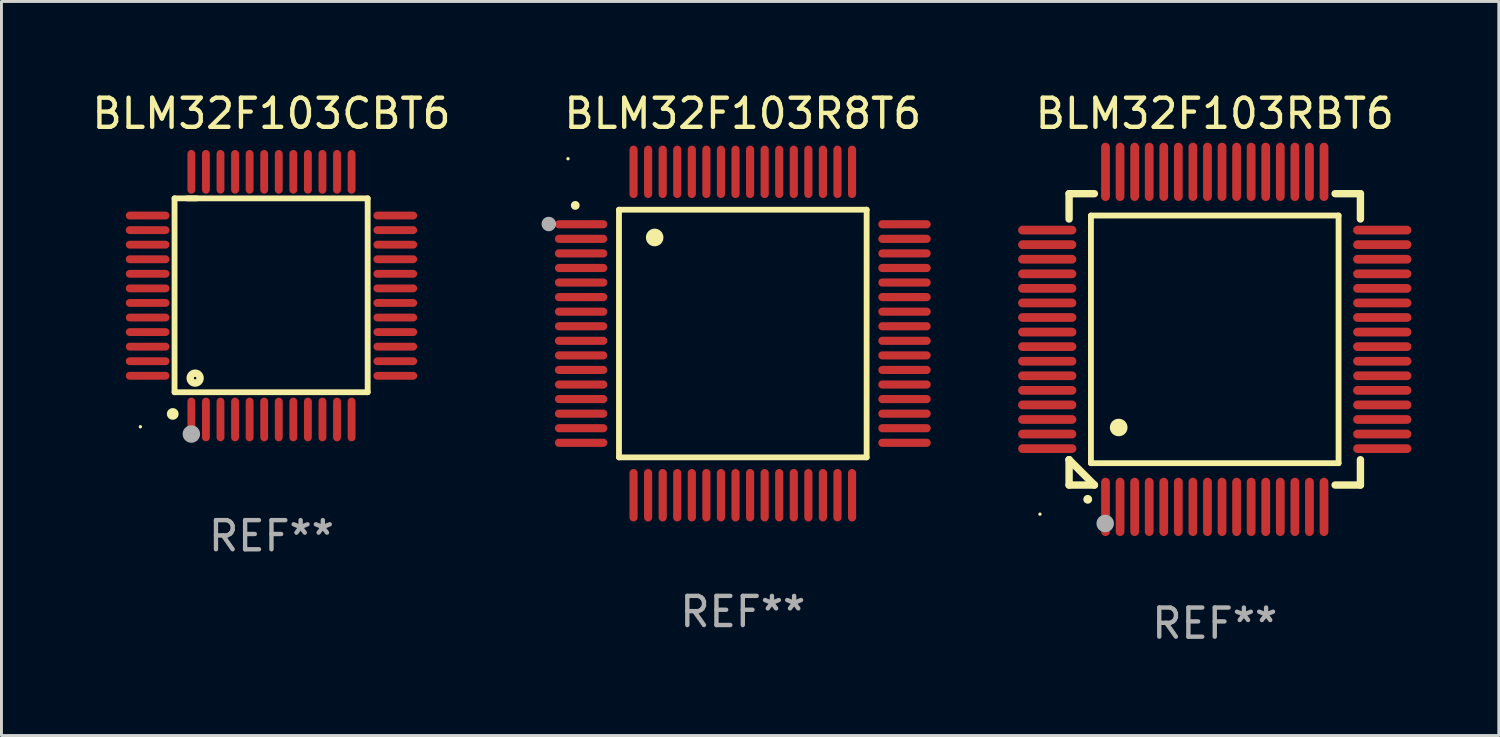
<source format=kicad_pcb>
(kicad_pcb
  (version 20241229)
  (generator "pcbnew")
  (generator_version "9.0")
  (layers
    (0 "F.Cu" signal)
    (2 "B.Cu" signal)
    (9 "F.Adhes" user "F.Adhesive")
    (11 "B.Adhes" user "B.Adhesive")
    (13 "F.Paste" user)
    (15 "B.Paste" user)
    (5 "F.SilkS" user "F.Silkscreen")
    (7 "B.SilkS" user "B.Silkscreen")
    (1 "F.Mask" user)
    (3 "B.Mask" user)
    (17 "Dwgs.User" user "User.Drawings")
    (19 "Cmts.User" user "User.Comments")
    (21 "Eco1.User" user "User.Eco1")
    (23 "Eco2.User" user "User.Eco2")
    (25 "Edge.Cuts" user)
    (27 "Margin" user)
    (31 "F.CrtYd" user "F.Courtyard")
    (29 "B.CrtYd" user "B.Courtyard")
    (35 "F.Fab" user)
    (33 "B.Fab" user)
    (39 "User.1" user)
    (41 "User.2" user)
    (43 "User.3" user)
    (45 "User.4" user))
  (footprint "BLM32F103R8T6"
    (layer "F.Cu")
    (at 22.446 8.398)
    (property "Reference" "BLM32F103R8T6" (at 0 -7.55 0) (layer "F.SilkS") (effects (font (size 1 1) (thickness 0.15))))
    (attr through_hole)
    (fp_line (start -4.25 -4.25) (end -4.25 4.25) (stroke (width 0.2) (type solid)) (layer "F.SilkS"))
    (fp_line (start -4.25 4.25) (end 4.25 4.25) (stroke (width 0.2) (type solid)) (layer "F.SilkS"))
    (fp_line (start 4.25 -4.25) (end -4.25 -4.25) (stroke (width 0.2) (type solid)) (layer "F.SilkS"))
    (fp_line (start 4.25 4.25) (end 4.25 -4.25) (stroke (width 0.2) (type solid)) (layer "F.SilkS"))
    (fp_arc (start -5.750572 -4.396749) (mid -5.750577 -4.398019) (end -5.750572 -4.399289) (stroke (width 0.3) (type solid)) (layer "F.SilkS"))
    (fp_arc (start -3.025146 -3.294387) (mid -3.025157 -3.296927) (end -3.025146 -3.299467) (stroke (width 0.6) (type solid)) (layer "F.SilkS"))
    (fp_circle (center -6 -6) (end -5.97 -6) (stroke (width 0.06) (type solid)) (fill no) (layer "F.SilkS"))
    (fp_circle (center -6.66 -3.76) (end -6.535 -3.76) (stroke (width 0.25) (type solid)) (fill no) (layer "F.Fab"))
    (fp_text user "REF**" (at 0 9.55 0) (layer "F.Fab") (effects (font (size 1 1) (thickness 0.15))))
    (pad "1" smd oval (at -5.55 -3.75) (size 1.8 0.28) (layers "F.Cu" "F.Mask" "F.Paste"))
    (pad "2" smd oval (at -5.55 -3.25) (size 1.8 0.28) (layers "F.Cu" "F.Mask" "F.Paste"))
    (pad "3" smd oval (at -5.55 -2.75) (size 1.8 0.28) (layers "F.Cu" "F.Mask" "F.Paste"))
    (pad "4" smd oval (at -5.55 -2.25) (size 1.8 0.28) (layers "F.Cu" "F.Mask" "F.Paste"))
    (pad "5" smd oval (at -5.55 -1.75) (size 1.8 0.28) (layers "F.Cu" "F.Mask" "F.Paste"))
    (pad "6" smd oval (at -5.55 -1.25) (size 1.8 0.28) (layers "F.Cu" "F.Mask" "F.Paste"))
    (pad "7" smd oval (at -5.55 -0.75) (size 1.8 0.28) (layers "F.Cu" "F.Mask" "F.Paste"))
    (pad "8" smd oval (at -5.55 -0.25) (size 1.8 0.28) (layers "F.Cu" "F.Mask" "F.Paste"))
    (pad "9" smd oval (at -5.55 0.25) (size 1.8 0.28) (layers "F.Cu" "F.Mask" "F.Paste"))
    (pad "10" smd oval (at -5.55 0.75) (size 1.8 0.28) (layers "F.Cu" "F.Mask" "F.Paste"))
    (pad "11" smd oval (at -5.55 1.25) (size 1.8 0.28) (layers "F.Cu" "F.Mask" "F.Paste"))
    (pad "12" smd oval (at -5.55 1.75) (size 1.8 0.28) (layers "F.Cu" "F.Mask" "F.Paste"))
    (pad "13" smd oval (at -5.55 2.25) (size 1.8 0.28) (layers "F.Cu" "F.Mask" "F.Paste"))
    (pad "14" smd oval (at -5.55 2.75) (size 1.8 0.28) (layers "F.Cu" "F.Mask" "F.Paste"))
    (pad "15" smd oval (at -5.55 3.25) (size 1.8 0.28) (layers "F.Cu" "F.Mask" "F.Paste"))
    (pad "16" smd oval (at -5.55 3.75) (size 1.8 0.28) (layers "F.Cu" "F.Mask" "F.Paste"))
    (pad "17" smd oval (at -3.75 5.55) (size 0.28 1.8) (layers "F.Cu" "F.Mask" "F.Paste"))
    (pad "18" smd oval (at -3.25 5.55) (size 0.28 1.8) (layers "F.Cu" "F.Mask" "F.Paste"))
    (pad "19" smd oval (at -2.75 5.55) (size 0.28 1.8) (layers "F.Cu" "F.Mask" "F.Paste"))
    (pad "20" smd oval (at -2.25 5.55) (size 0.28 1.8) (layers "F.Cu" "F.Mask" "F.Paste"))
    (pad "21" smd oval (at -1.75 5.55) (size 0.28 1.8) (layers "F.Cu" "F.Mask" "F.Paste"))
    (pad "22" smd oval (at -1.25 5.55) (size 0.28 1.8) (layers "F.Cu" "F.Mask" "F.Paste"))
    (pad "23" smd oval (at -0.75 5.55) (size 0.28 1.8) (layers "F.Cu" "F.Mask" "F.Paste"))
    (pad "24" smd oval (at -0.25 5.55) (size 0.28 1.8) (layers "F.Cu" "F.Mask" "F.Paste"))
    (pad "25" smd oval (at 0.25 5.55) (size 0.28 1.8) (layers "F.Cu" "F.Mask" "F.Paste"))
    (pad "26" smd oval (at 0.75 5.55) (size 0.28 1.8) (layers "F.Cu" "F.Mask" "F.Paste"))
    (pad "27" smd oval (at 1.25 5.55) (size 0.28 1.8) (layers "F.Cu" "F.Mask" "F.Paste"))
    (pad "28" smd oval (at 1.75 5.55) (size 0.28 1.8) (layers "F.Cu" "F.Mask" "F.Paste"))
    (pad "29" smd oval (at 2.25 5.55) (size 0.28 1.8) (layers "F.Cu" "F.Mask" "F.Paste"))
    (pad "30" smd oval (at 2.75 5.55) (size 0.28 1.8) (layers "F.Cu" "F.Mask" "F.Paste"))
    (pad "31" smd oval (at 3.25 5.55) (size 0.28 1.8) (layers "F.Cu" "F.Mask" "F.Paste"))
    (pad "32" smd oval (at 3.75 5.55) (size 0.28 1.8) (layers "F.Cu" "F.Mask" "F.Paste"))
    (pad "33" smd oval (at 5.55 3.75) (size 1.8 0.28) (layers "F.Cu" "F.Mask" "F.Paste"))
    (pad "34" smd oval (at 5.55 3.25) (size 1.8 0.28) (layers "F.Cu" "F.Mask" "F.Paste"))
    (pad "35" smd oval (at 5.55 2.75) (size 1.8 0.28) (layers "F.Cu" "F.Mask" "F.Paste"))
    (pad "36" smd oval (at 5.55 2.25) (size 1.8 0.28) (layers "F.Cu" "F.Mask" "F.Paste"))
    (pad "37" smd oval (at 5.55 1.75) (size 1.8 0.28) (layers "F.Cu" "F.Mask" "F.Paste"))
    (pad "38" smd oval (at 5.55 1.25) (size 1.8 0.28) (layers "F.Cu" "F.Mask" "F.Paste"))
    (pad "39" smd oval (at 5.55 0.75) (size 1.8 0.28) (layers "F.Cu" "F.Mask" "F.Paste"))
    (pad "40" smd oval (at 5.55 0.25) (size 1.8 0.28) (layers "F.Cu" "F.Mask" "F.Paste"))
    (pad "41" smd oval (at 5.55 -0.25) (size 1.8 0.28) (layers "F.Cu" "F.Mask" "F.Paste"))
    (pad "42" smd oval (at 5.55 -0.75) (size 1.8 0.28) (layers "F.Cu" "F.Mask" "F.Paste"))
    (pad "43" smd oval (at 5.55 -1.25) (size 1.8 0.28) (layers "F.Cu" "F.Mask" "F.Paste"))
    (pad "44" smd oval (at 5.55 -1.75) (size 1.8 0.28) (layers "F.Cu" "F.Mask" "F.Paste"))
    (pad "45" smd oval (at 5.55 -2.25) (size 1.8 0.28) (layers "F.Cu" "F.Mask" "F.Paste"))
    (pad "46" smd oval (at 5.55 -2.75) (size 1.8 0.28) (layers "F.Cu" "F.Mask" "F.Paste"))
    (pad "47" smd oval (at 5.55 -3.25) (size 1.8 0.28) (layers "F.Cu" "F.Mask" "F.Paste"))
    (pad "48" smd oval (at 5.55 -3.75) (size 1.8 0.28) (layers "F.Cu" "F.Mask" "F.Paste"))
    (pad "49" smd oval (at 3.75 -5.55) (size 0.28 1.8) (layers "F.Cu" "F.Mask" "F.Paste"))
    (pad "50" smd oval (at 3.25 -5.55) (size 0.28 1.8) (layers "F.Cu" "F.Mask" "F.Paste"))
    (pad "51" smd oval (at 2.75 -5.55) (size 0.28 1.8) (layers "F.Cu" "F.Mask" "F.Paste"))
    (pad "52" smd oval (at 2.25 -5.55) (size 0.28 1.8) (layers "F.Cu" "F.Mask" "F.Paste"))
    (pad "53" smd oval (at 1.75 -5.55) (size 0.28 1.8) (layers "F.Cu" "F.Mask" "F.Paste"))
    (pad "54" smd oval (at 1.25 -5.55) (size 0.28 1.8) (layers "F.Cu" "F.Mask" "F.Paste"))
    (pad "55" smd oval (at 0.75 -5.55) (size 0.28 1.8) (layers "F.Cu" "F.Mask" "F.Paste"))
    (pad "56" smd oval (at 0.25 -5.55) (size 0.28 1.8) (layers "F.Cu" "F.Mask" "F.Paste"))
    (pad "57" smd oval (at -0.25 -5.55) (size 0.28 1.8) (layers "F.Cu" "F.Mask" "F.Paste"))
    (pad "58" smd oval (at -0.75 -5.55) (size 0.28 1.8) (layers "F.Cu" "F.Mask" "F.Paste"))
    (pad "59" smd oval (at -1.25 -5.55) (size 0.28 1.8) (layers "F.Cu" "F.Mask" "F.Paste"))
    (pad "60" smd oval (at -1.75 -5.55) (size 0.28 1.8) (layers "F.Cu" "F.Mask" "F.Paste"))
    (pad "61" smd oval (at -2.25 -5.55) (size 0.28 1.8) (layers "F.Cu" "F.Mask" "F.Paste"))
    (pad "62" smd oval (at -2.75 -5.55) (size 0.28 1.8) (layers "F.Cu" "F.Mask" "F.Paste"))
    (pad "63" smd oval (at -3.25 -5.55) (size 0.28 1.8) (layers "F.Cu" "F.Mask" "F.Paste"))
    (pad "64" smd oval (at -3.75 -5.55) (size 0.28 1.8) (layers "F.Cu" "F.Mask" "F.Paste")))
  (footprint "BLM32F103RBT6"
    (layer "F.Cu")
    (at 38.645 8.598)
    (property "Reference" "BLM32F103RBT6" (at 0 -7.75 0) (layer "F.SilkS") (effects (font (size 1 1) (thickness 0.15))))
    (attr through_hole)
    (fp_line (start -5 -5) (end -4.131 -5) (stroke (width 0.254) (type solid)) (layer "F.SilkS"))
    (fp_line (start -5 -4.131) (end -5 -5) (stroke (width 0.254) (type solid)) (layer "F.SilkS"))
    (fp_line (start -5 4.131) (end -5 4.131) (stroke (width 0.254) (type solid)) (layer "F.SilkS"))
    (fp_line (start -5 5) (end -5 4.131) (stroke (width 0.254) (type solid)) (layer "F.SilkS"))
    (fp_line (start -5 4.131) (end -4.131 5) (stroke (width 0.254) (type solid)) (layer "F.SilkS"))
    (fp_line (start -4.25 -4.25) (end -4.25 4.25) (stroke (width 0.2) (type solid)) (layer "F.SilkS"))
    (fp_line (start -4.25 4.25) (end 4.25 4.25) (stroke (width 0.2) (type solid)) (layer "F.SilkS"))
    (fp_line (start -4.131 5) (end -5 5) (stroke (width 0.254) (type solid)) (layer "F.SilkS"))
    (fp_line (start 4.25 -4.25) (end -4.25 -4.25) (stroke (width 0.2) (type solid)) (layer "F.SilkS"))
    (fp_line (start 4.25 4.25) (end 4.25 -4.25) (stroke (width 0.2) (type solid)) (layer "F.SilkS"))
    (fp_line (start 5 -5) (end 4.131 -5) (stroke (width 0.254) (type solid)) (layer "F.SilkS"))
    (fp_line (start 5 -5) (end 5 -4.131) (stroke (width 0.254) (type solid)) (layer "F.SilkS"))
    (fp_line (start 5 4.131) (end 5 5) (stroke (width 0.254) (type solid)) (layer "F.SilkS"))
    (fp_line (start 5 5) (end 4.131 5) (stroke (width 0.254) (type solid)) (layer "F.SilkS"))
    (fp_arc (start -4.361265 5.489992) (mid -4.359995 5.489987) (end -4.358725 5.489992) (stroke (width 0.3) (type solid)) (layer "F.SilkS"))
    (fp_arc (start -3.299467 3.025146) (mid -3.296927 3.025135) (end -3.294387 3.025146) (stroke (width 0.6) (type solid)) (layer "F.SilkS"))
    (fp_circle (center -6 6) (end -5.97 6) (stroke (width 0.06) (type solid)) (fill no) (layer "F.SilkS"))
    (fp_circle (center -3.76 6.32) (end -3.61 6.32) (stroke (width 0.3) (type solid)) (fill no) (layer "F.Fab"))
    (fp_text user "REF**" (at 0 9.75 0) (layer "F.Fab") (effects (font (size 1 1) (thickness 0.15))))
    (pad "1" smd oval (at -3.75 5.75) (size 0.3 2) (layers "F.Cu" "F.Mask" "F.Paste"))
    (pad "2" smd oval (at -3.25 5.75) (size 0.3 2) (layers "F.Cu" "F.Mask" "F.Paste"))
    (pad "3" smd oval (at -2.75 5.75) (size 0.3 2) (layers "F.Cu" "F.Mask" "F.Paste"))
    (pad "4" smd oval (at -2.25 5.75) (size 0.3 2) (layers "F.Cu" "F.Mask" "F.Paste"))
    (pad "5" smd oval (at -1.75 5.75) (size 0.3 2) (layers "F.Cu" "F.Mask" "F.Paste"))
    (pad "6" smd oval (at -1.25 5.75) (size 0.3 2) (layers "F.Cu" "F.Mask" "F.Paste"))
    (pad "7" smd oval (at -0.75 5.75) (size 0.3 2) (layers "F.Cu" "F.Mask" "F.Paste"))
    (pad "8" smd oval (at -0.25 5.75) (size 0.3 2) (layers "F.Cu" "F.Mask" "F.Paste"))
    (pad "9" smd oval (at 0.25 5.75) (size 0.3 2) (layers "F.Cu" "F.Mask" "F.Paste"))
    (pad "10" smd oval (at 0.75 5.75) (size 0.3 2) (layers "F.Cu" "F.Mask" "F.Paste"))
    (pad "11" smd oval (at 1.25 5.75) (size 0.3 2) (layers "F.Cu" "F.Mask" "F.Paste"))
    (pad "12" smd oval (at 1.75 5.75) (size 0.3 2) (layers "F.Cu" "F.Mask" "F.Paste"))
    (pad "13" smd oval (at 2.25 5.75) (size 0.3 2) (layers "F.Cu" "F.Mask" "F.Paste"))
    (pad "14" smd oval (at 2.75 5.75) (size 0.3 2) (layers "F.Cu" "F.Mask" "F.Paste"))
    (pad "15" smd oval (at 3.25 5.75) (size 0.3 2) (layers "F.Cu" "F.Mask" "F.Paste"))
    (pad "16" smd oval (at 3.75 5.75) (size 0.3 2) (layers "F.Cu" "F.Mask" "F.Paste"))
    (pad "17" smd oval (at 5.75 3.75) (size 2 0.3) (layers "F.Cu" "F.Mask" "F.Paste"))
    (pad "18" smd oval (at 5.75 3.25) (size 2 0.3) (layers "F.Cu" "F.Mask" "F.Paste"))
    (pad "19" smd oval (at 5.75 2.75) (size 2 0.3) (layers "F.Cu" "F.Mask" "F.Paste"))
    (pad "20" smd oval (at 5.75 2.25) (size 2 0.3) (layers "F.Cu" "F.Mask" "F.Paste"))
    (pad "21" smd oval (at 5.75 1.75) (size 2 0.3) (layers "F.Cu" "F.Mask" "F.Paste"))
    (pad "22" smd oval (at 5.75 1.25) (size 2 0.3) (layers "F.Cu" "F.Mask" "F.Paste"))
    (pad "23" smd oval (at 5.75 0.75) (size 2 0.3) (layers "F.Cu" "F.Mask" "F.Paste"))
    (pad "24" smd oval (at 5.75 0.25) (size 2 0.3) (layers "F.Cu" "F.Mask" "F.Paste"))
    (pad "25" smd oval (at 5.75 -0.25) (size 2 0.3) (layers "F.Cu" "F.Mask" "F.Paste"))
    (pad "26" smd oval (at 5.75 -0.75) (size 2 0.3) (layers "F.Cu" "F.Mask" "F.Paste"))
    (pad "27" smd oval (at 5.75 -1.25) (size 2 0.3) (layers "F.Cu" "F.Mask" "F.Paste"))
    (pad "28" smd oval (at 5.75 -1.75) (size 2 0.3) (layers "F.Cu" "F.Mask" "F.Paste"))
    (pad "29" smd oval (at 5.75 -2.25) (size 2 0.3) (layers "F.Cu" "F.Mask" "F.Paste"))
    (pad "30" smd oval (at 5.75 -2.75) (size 2 0.3) (layers "F.Cu" "F.Mask" "F.Paste"))
    (pad "31" smd oval (at 5.75 -3.25) (size 2 0.3) (layers "F.Cu" "F.Mask" "F.Paste"))
    (pad "32" smd oval (at 5.75 -3.75) (size 2 0.3) (layers "F.Cu" "F.Mask" "F.Paste"))
    (pad "33" smd oval (at 3.75 -5.75) (size 0.3 2) (layers "F.Cu" "F.Mask" "F.Paste"))
    (pad "34" smd oval (at 3.25 -5.75) (size 0.3 2) (layers "F.Cu" "F.Mask" "F.Paste"))
    (pad "35" smd oval (at 2.75 -5.75) (size 0.3 2) (layers "F.Cu" "F.Mask" "F.Paste"))
    (pad "36" smd oval (at 2.25 -5.75) (size 0.3 2) (layers "F.Cu" "F.Mask" "F.Paste"))
    (pad "37" smd oval (at 1.75 -5.75) (size 0.3 2) (layers "F.Cu" "F.Mask" "F.Paste"))
    (pad "38" smd oval (at 1.25 -5.75) (size 0.3 2) (layers "F.Cu" "F.Mask" "F.Paste"))
    (pad "39" smd oval (at 0.75 -5.75) (size 0.3 2) (layers "F.Cu" "F.Mask" "F.Paste"))
    (pad "40" smd oval (at 0.25 -5.75) (size 0.3 2) (layers "F.Cu" "F.Mask" "F.Paste"))
    (pad "41" smd oval (at -0.25 -5.75) (size 0.3 2) (layers "F.Cu" "F.Mask" "F.Paste"))
    (pad "42" smd oval (at -0.75 -5.75) (size 0.3 2) (layers "F.Cu" "F.Mask" "F.Paste"))
    (pad "43" smd oval (at -1.25 -5.75) (size 0.3 2) (layers "F.Cu" "F.Mask" "F.Paste"))
    (pad "44" smd oval (at -1.75 -5.75) (size 0.3 2) (layers "F.Cu" "F.Mask" "F.Paste"))
    (pad "45" smd oval (at -2.25 -5.75) (size 0.3 2) (layers "F.Cu" "F.Mask" "F.Paste"))
    (pad "46" smd oval (at -2.75 -5.75) (size 0.3 2) (layers "F.Cu" "F.Mask" "F.Paste"))
    (pad "47" smd oval (at -3.25 -5.75) (size 0.3 2) (layers "F.Cu" "F.Mask" "F.Paste"))
    (pad "48" smd oval (at -3.75 -5.75) (size 0.3 2) (layers "F.Cu" "F.Mask" "F.Paste"))
    (pad "49" smd oval (at -5.75 -3.75) (size 2 0.3) (layers "F.Cu" "F.Mask" "F.Paste"))
    (pad "50" smd oval (at -5.75 -3.25) (size 2 0.3) (layers "F.Cu" "F.Mask" "F.Paste"))
    (pad "51" smd oval (at -5.75 -2.75) (size 2 0.3) (layers "F.Cu" "F.Mask" "F.Paste"))
    (pad "52" smd oval (at -5.75 -2.25) (size 2 0.3) (layers "F.Cu" "F.Mask" "F.Paste"))
    (pad "53" smd oval (at -5.75 -1.75) (size 2 0.3) (layers "F.Cu" "F.Mask" "F.Paste"))
    (pad "54" smd oval (at -5.75 -1.25) (size 2 0.3) (layers "F.Cu" "F.Mask" "F.Paste"))
    (pad "55" smd oval (at -5.75 -0.75) (size 2 0.3) (layers "F.Cu" "F.Mask" "F.Paste"))
    (pad "56" smd oval (at -5.75 -0.25) (size 2 0.3) (layers "F.Cu" "F.Mask" "F.Paste"))
    (pad "57" smd oval (at -5.75 0.25) (size 2 0.3) (layers "F.Cu" "F.Mask" "F.Paste"))
    (pad "58" smd oval (at -5.75 0.75) (size 2 0.3) (layers "F.Cu" "F.Mask" "F.Paste"))
    (pad "59" smd oval (at -5.75 1.25) (size 2 0.3) (layers "F.Cu" "F.Mask" "F.Paste"))
    (pad "60" smd oval (at -5.75 1.75) (size 2 0.3) (layers "F.Cu" "F.Mask" "F.Paste"))
    (pad "61" smd oval (at -5.75 2.25) (size 2 0.3) (layers "F.Cu" "F.Mask" "F.Paste"))
    (pad "62" smd oval (at -5.75 2.75) (size 2 0.3) (layers "F.Cu" "F.Mask" "F.Paste"))
    (pad "63" smd oval (at -5.75 3.25) (size 2 0.3) (layers "F.Cu" "F.Mask" "F.Paste"))
    (pad "64" smd oval (at -5.75 3.75) (size 2 0.3) (layers "F.Cu" "F.Mask" "F.Paste")))
  (footprint "BLM32F103CBT6"
    (layer "F.Cu")
    (at 6.268 7.098)
    (property "Reference" "BLM32F103CBT6" (at 0 -6.25 0) (layer "F.SilkS") (effects (font (size 1 1) (thickness 0.15))))
    (attr through_hole)
    (fp_line (start -3.327 -3.34) (end -2.565 -3.34) (stroke (width 0.2) (type solid)) (layer "F.SilkS"))
    (fp_line (start -3.327 3.315) (end -3.327 -3.34) (stroke (width 0.2) (type solid)) (layer "F.SilkS"))
    (fp_line (start -2.896 -3.34) (end 3.302 -3.34) (stroke (width 0.2) (type solid)) (layer "F.SilkS"))
    (fp_line (start 3.302 -3.34) (end 3.302 3.315) (stroke (width 0.2) (type solid)) (layer "F.SilkS"))
    (fp_line (start 3.302 3.315) (end -3.327 3.315) (stroke (width 0.2) (type solid)) (layer "F.SilkS"))
    (fp_arc (start -3.389992 4.059995) (mid -3.388722 4.059991) (end -3.387452 4.059995) (stroke (width 0.4) (type solid)) (layer "F.SilkS"))
    (fp_circle (center -4.5 4.5) (end -4.47 4.5) (stroke (width 0.06) (type solid)) (fill no) (layer "F.SilkS"))
    (fp_circle (center -2.62 2.83) (end -2.45 2.83) (stroke (width 0.254) (type solid)) (fill no) (layer "F.SilkS"))
    (fp_circle (center -2.75 4.75) (end -2.6 4.75) (stroke (width 0.3) (type solid)) (fill no) (layer "F.Fab"))
    (fp_text user "REF**" (at 0 8.25 0) (layer "F.Fab") (effects (font (size 1 1) (thickness 0.15))))
    (pad "1" smd oval (at -2.75 4.25) (size 0.27 1.5) (layers "F.Cu" "F.Mask" "F.Paste"))
    (pad "2" smd oval (at -2.25 4.25) (size 0.27 1.5) (layers "F.Cu" "F.Mask" "F.Paste"))
    (pad "3" smd oval (at -1.75 4.25) (size 0.27 1.5) (layers "F.Cu" "F.Mask" "F.Paste"))
    (pad "4" smd oval (at -1.25 4.25) (size 0.27 1.5) (layers "F.Cu" "F.Mask" "F.Paste"))
    (pad "5" smd oval (at -0.75 4.25) (size 0.27 1.5) (layers "F.Cu" "F.Mask" "F.Paste"))
    (pad "6" smd oval (at -0.25 4.25) (size 0.27 1.5) (layers "F.Cu" "F.Mask" "F.Paste"))
    (pad "7" smd oval (at 0.25 4.25) (size 0.27 1.5) (layers "F.Cu" "F.Mask" "F.Paste"))
    (pad "8" smd oval (at 0.75 4.25) (size 0.27 1.5) (layers "F.Cu" "F.Mask" "F.Paste"))
    (pad "9" smd oval (at 1.25 4.25) (size 0.27 1.5) (layers "F.Cu" "F.Mask" "F.Paste"))
    (pad "10" smd oval (at 1.75 4.25) (size 0.27 1.5) (layers "F.Cu" "F.Mask" "F.Paste"))
    (pad "11" smd oval (at 2.25 4.25) (size 0.27 1.5) (layers "F.Cu" "F.Mask" "F.Paste"))
    (pad "12" smd oval (at 2.75 4.25) (size 0.27 1.5) (layers "F.Cu" "F.Mask" "F.Paste"))
    (pad "13" smd oval (at 4.25 2.75) (size 1.5 0.27) (layers "F.Cu" "F.Mask" "F.Paste"))
    (pad "14" smd oval (at 4.25 2.25) (size 1.5 0.27) (layers "F.Cu" "F.Mask" "F.Paste"))
    (pad "15" smd oval (at 4.25 1.75) (size 1.5 0.27) (layers "F.Cu" "F.Mask" "F.Paste"))
    (pad "16" smd oval (at 4.25 1.25) (size 1.5 0.27) (layers "F.Cu" "F.Mask" "F.Paste"))
    (pad "17" smd oval (at 4.25 0.75) (size 1.5 0.27) (layers "F.Cu" "F.Mask" "F.Paste"))
    (pad "18" smd oval (at 4.25 0.25) (size 1.5 0.27) (layers "F.Cu" "F.Mask" "F.Paste"))
    (pad "19" smd oval (at 4.25 -0.25) (size 1.5 0.27) (layers "F.Cu" "F.Mask" "F.Paste"))
    (pad "20" smd oval (at 4.25 -0.75) (size 1.5 0.27) (layers "F.Cu" "F.Mask" "F.Paste"))
    (pad "21" smd oval (at 4.25 -1.25) (size 1.5 0.27) (layers "F.Cu" "F.Mask" "F.Paste"))
    (pad "22" smd oval (at 4.25 -1.75) (size 1.5 0.27) (layers "F.Cu" "F.Mask" "F.Paste"))
    (pad "23" smd oval (at 4.25 -2.25) (size 1.5 0.27) (layers "F.Cu" "F.Mask" "F.Paste"))
    (pad "24" smd oval (at 4.25 -2.75) (size 1.5 0.27) (layers "F.Cu" "F.Mask" "F.Paste"))
    (pad "25" smd oval (at 2.75 -4.25) (size 0.27 1.5) (layers "F.Cu" "F.Mask" "F.Paste"))
    (pad "26" smd oval (at 2.25 -4.25) (size 0.27 1.5) (layers "F.Cu" "F.Mask" "F.Paste"))
    (pad "27" smd oval (at 1.75 -4.25) (size 0.27 1.5) (layers "F.Cu" "F.Mask" "F.Paste"))
    (pad "28" smd oval (at 1.25 -4.25) (size 0.27 1.5) (layers "F.Cu" "F.Mask" "F.Paste"))
    (pad "29" smd oval (at 0.75 -4.25) (size 0.27 1.5) (layers "F.Cu" "F.Mask" "F.Paste"))
    (pad "30" smd oval (at 0.25 -4.25) (size 0.27 1.5) (layers "F.Cu" "F.Mask" "F.Paste"))
    (pad "31" smd oval (at -0.25 -4.25) (size 0.27 1.5) (layers "F.Cu" "F.Mask" "F.Paste"))
    (pad "32" smd oval (at -0.75 -4.25) (size 0.27 1.5) (layers "F.Cu" "F.Mask" "F.Paste"))
    (pad "33" smd oval (at -1.25 -4.25) (size 0.27 1.5) (layers "F.Cu" "F.Mask" "F.Paste"))
    (pad "34" smd oval (at -1.75 -4.25) (size 0.27 1.5) (layers "F.Cu" "F.Mask" "F.Paste"))
    (pad "35" smd oval (at -2.25 -4.25) (size 0.27 1.5) (layers "F.Cu" "F.Mask" "F.Paste"))
    (pad "36" smd oval (at -2.75 -4.25) (size 0.27 1.5) (layers "F.Cu" "F.Mask" "F.Paste"))
    (pad "37" smd oval (at -4.25 -2.75) (size 1.5 0.27) (layers "F.Cu" "F.Mask" "F.Paste"))
    (pad "38" smd oval (at -4.25 -2.25) (size 1.5 0.27) (layers "F.Cu" "F.Mask" "F.Paste"))
    (pad "39" smd oval (at -4.25 -1.75) (size 1.5 0.27) (layers "F.Cu" "F.Mask" "F.Paste"))
    (pad "40" smd oval (at -4.25 -1.25) (size 1.5 0.27) (layers "F.Cu" "F.Mask" "F.Paste"))
    (pad "41" smd oval (at -4.25 -0.75) (size 1.5 0.27) (layers "F.Cu" "F.Mask" "F.Paste"))
    (pad "42" smd oval (at -4.25 -0.25) (size 1.5 0.27) (layers "F.Cu" "F.Mask" "F.Paste"))
    (pad "43" smd oval (at -4.25 0.25) (size 1.5 0.27) (layers "F.Cu" "F.Mask" "F.Paste"))
    (pad "44" smd oval (at -4.25 0.75) (size 1.5 0.27) (layers "F.Cu" "F.Mask" "F.Paste"))
    (pad "45" smd oval (at -4.25 1.25) (size 1.5 0.27) (layers "F.Cu" "F.Mask" "F.Paste"))
    (pad "46" smd oval (at -4.25 1.75) (size 1.5 0.27) (layers "F.Cu" "F.Mask" "F.Paste"))
    (pad "47" smd oval (at -4.25 2.25) (size 1.5 0.27) (layers "F.Cu" "F.Mask" "F.Paste"))
    (pad "48" smd oval (at -4.25 2.75) (size 1.5 0.27) (layers "F.Cu" "F.Mask" "F.Paste")))
  (gr_rect
    (start -3 -3)
    (end 48.395 22.196)
    (stroke (width 0.1) (type default))
    (fill no)
    (layer "Edge.Cuts")))
</source>
